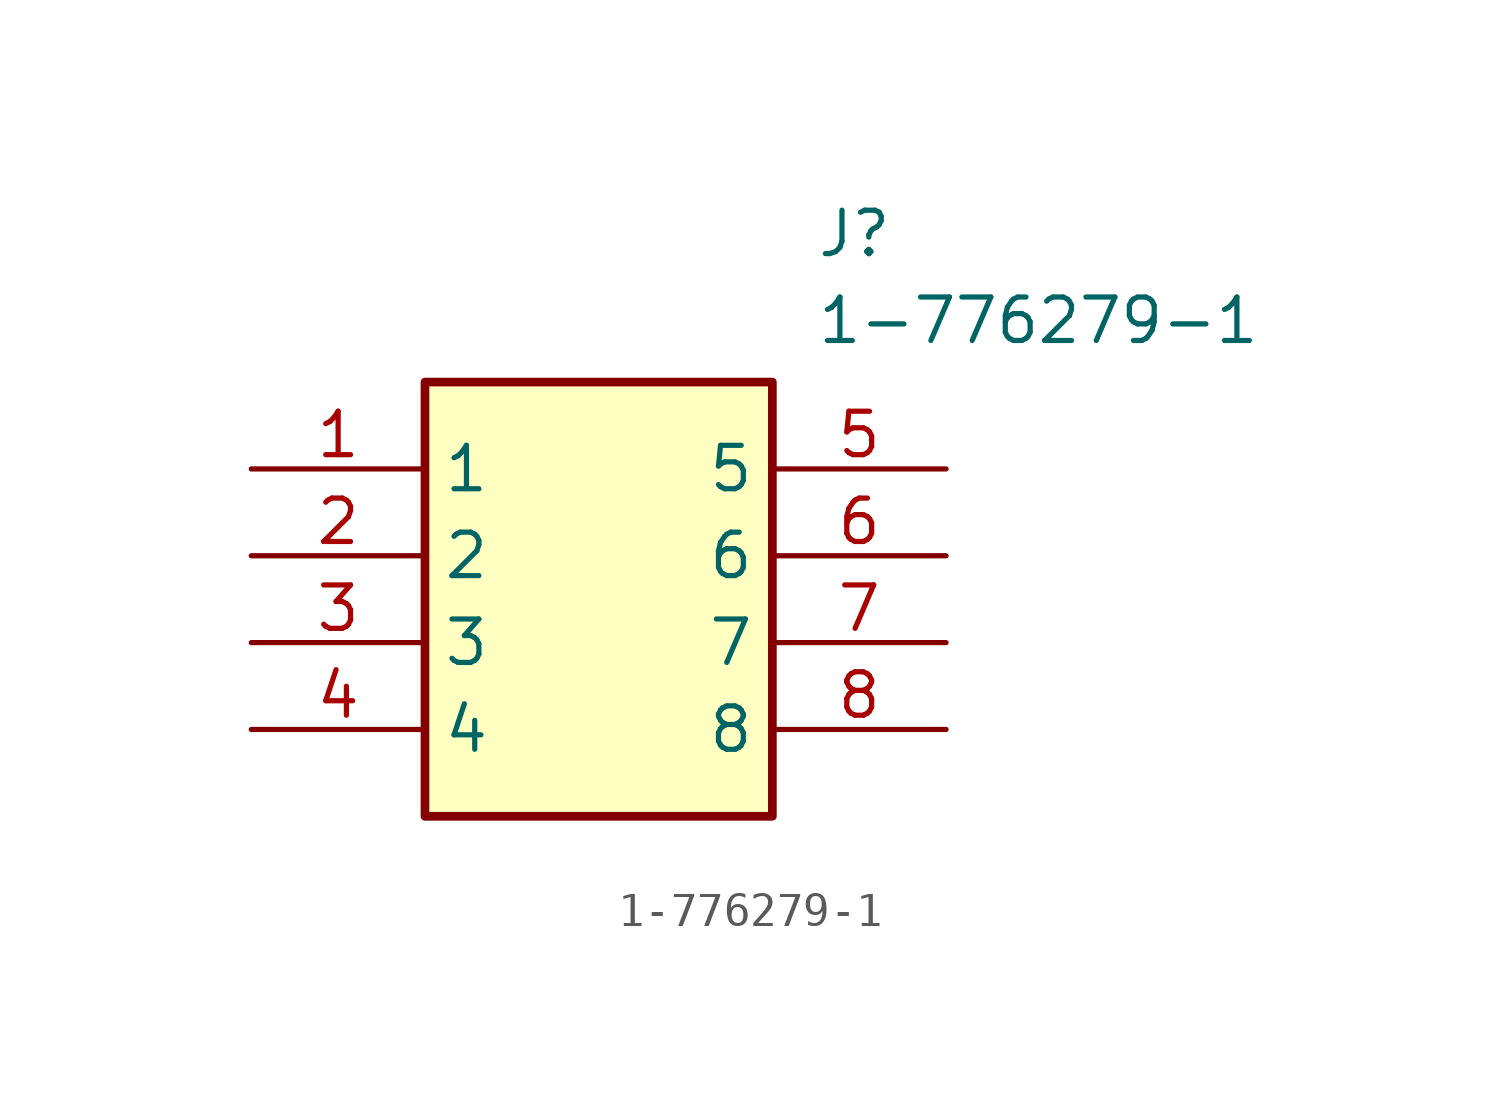
<source format=kicad_sym>
(kicad_symbol_lib
  (version 20211014)
  (generator SamacSys_ECAD_Model)
  (symbol "1-776279-1"
    (property "Reference" "J"
      (at 16.51 7.62 0)
      (effects (font (size 1.27 1.27)) (justify left top)))
    (property "Value" "1-776279-1"
      (at 16.51 5.08 0)
      (effects (font (size 1.27 1.27)) (justify left top)))
    (rectangle
      (start 5.08 2.54)
      (end 15.24 -10.16)
      (stroke (width 0.254) (type default))
      (fill (type background)))
    (pin passive line
      (at 0 0 0)
      (length 5.08)
      (name "1" (effects (font (size 1.27 1.27))))
      (number "1" (effects (font (size 1.27 1.27)))))
    (pin passive line
      (at 0 -2.54 0)
      (length 5.08)
      (name "2" (effects (font (size 1.27 1.27))))
      (number "2" (effects (font (size 1.27 1.27)))))
    (pin passive line
      (at 0 -5.08 0)
      (length 5.08)
      (name "3" (effects (font (size 1.27 1.27))))
      (number "3" (effects (font (size 1.27 1.27)))))
    (pin passive line
      (at 0 -7.62 0)
      (length 5.08)
      (name "4" (effects (font (size 1.27 1.27))))
      (number "4" (effects (font (size 1.27 1.27)))))
    (pin passive line
      (at 20.32 0 180)
      (length 5.08)
      (name "5" (effects (font (size 1.27 1.27))))
      (number "5" (effects (font (size 1.27 1.27)))))
    (pin passive line
      (at 20.32 -2.54 180)
      (length 5.08)
      (name "6" (effects (font (size 1.27 1.27))))
      (number "6" (effects (font (size 1.27 1.27)))))
    (pin passive line
      (at 20.32 -5.08 180)
      (length 5.08)
      (name "7" (effects (font (size 1.27 1.27))))
      (number "7" (effects (font (size 1.27 1.27)))))
    (pin passive line
      (at 20.32 -7.62 180)
      (length 5.08)
      (name "8" (effects (font (size 1.27 1.27))))
      (number "8" (effects (font (size 1.27 1.27)))))))
</source>
